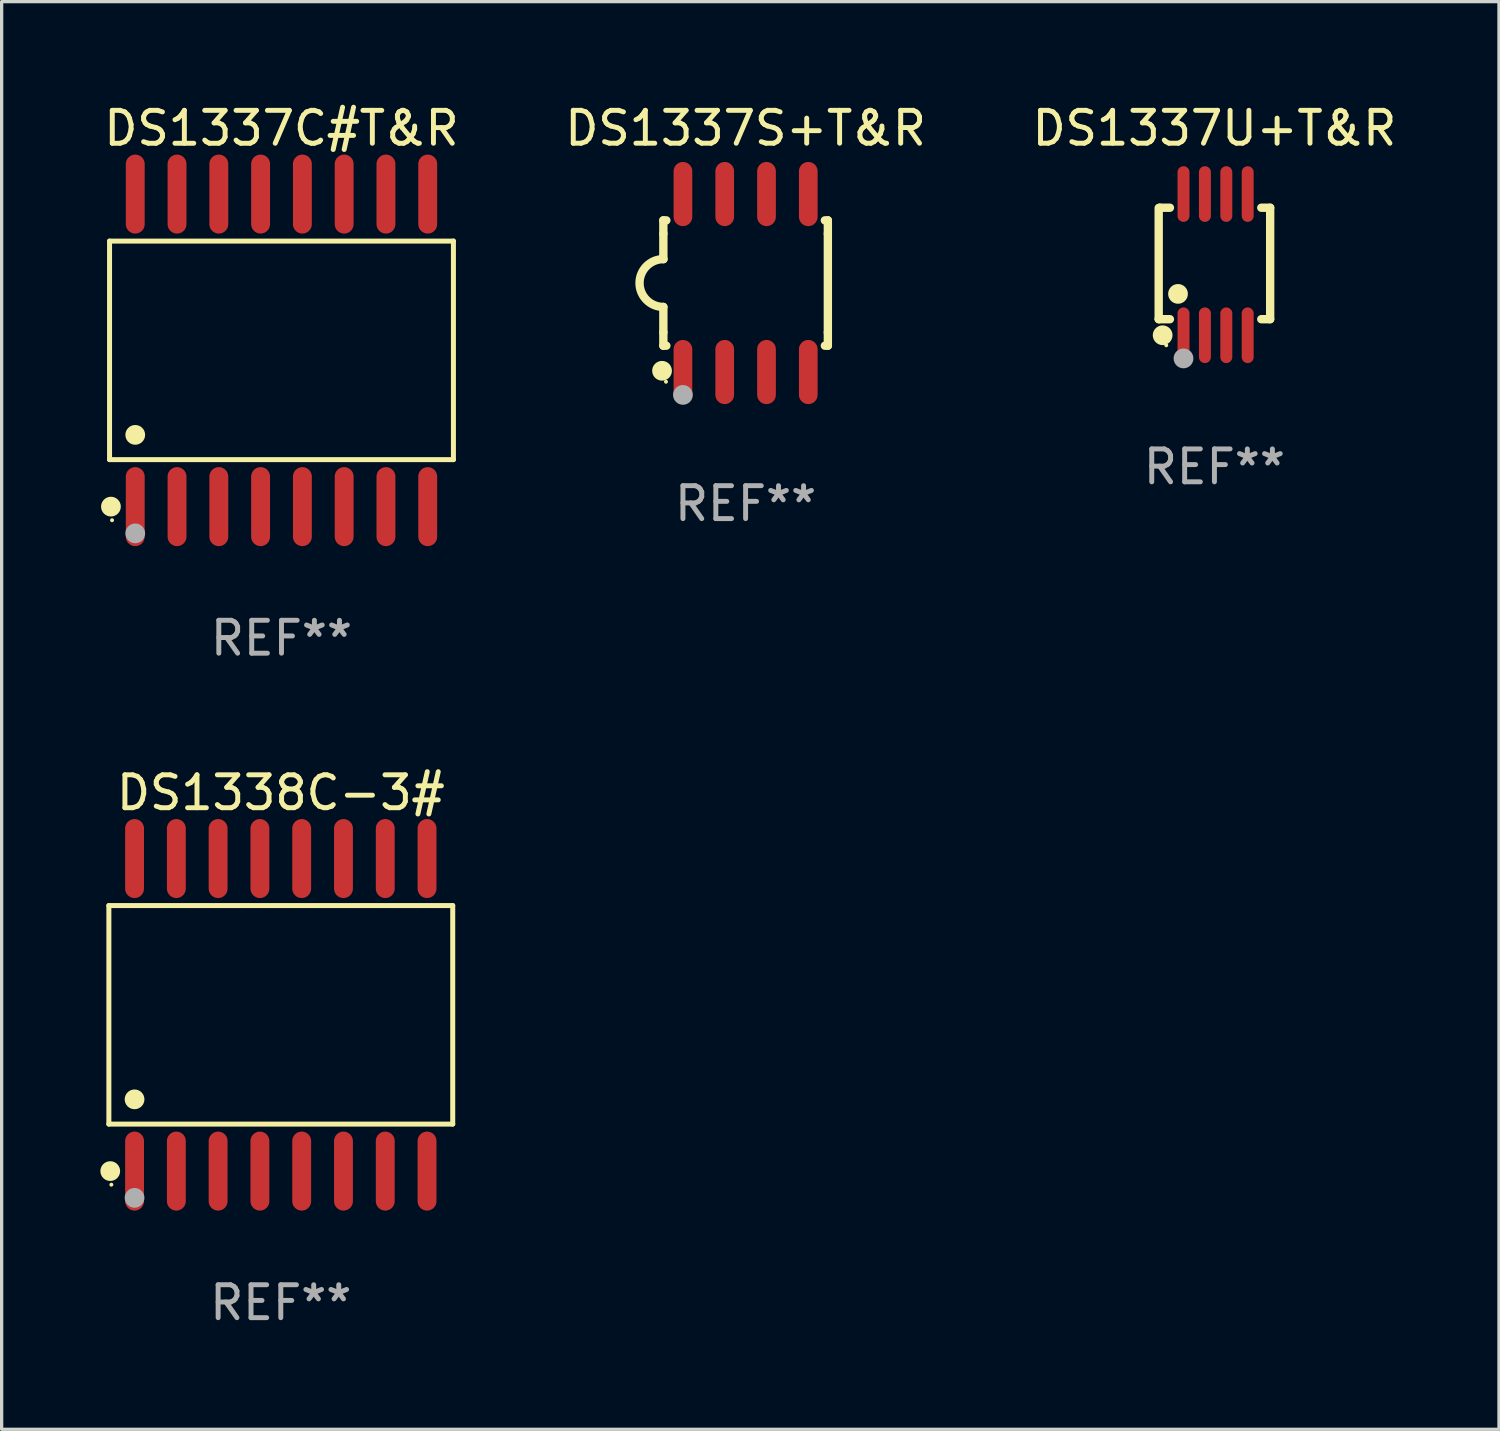
<source format=kicad_pcb>
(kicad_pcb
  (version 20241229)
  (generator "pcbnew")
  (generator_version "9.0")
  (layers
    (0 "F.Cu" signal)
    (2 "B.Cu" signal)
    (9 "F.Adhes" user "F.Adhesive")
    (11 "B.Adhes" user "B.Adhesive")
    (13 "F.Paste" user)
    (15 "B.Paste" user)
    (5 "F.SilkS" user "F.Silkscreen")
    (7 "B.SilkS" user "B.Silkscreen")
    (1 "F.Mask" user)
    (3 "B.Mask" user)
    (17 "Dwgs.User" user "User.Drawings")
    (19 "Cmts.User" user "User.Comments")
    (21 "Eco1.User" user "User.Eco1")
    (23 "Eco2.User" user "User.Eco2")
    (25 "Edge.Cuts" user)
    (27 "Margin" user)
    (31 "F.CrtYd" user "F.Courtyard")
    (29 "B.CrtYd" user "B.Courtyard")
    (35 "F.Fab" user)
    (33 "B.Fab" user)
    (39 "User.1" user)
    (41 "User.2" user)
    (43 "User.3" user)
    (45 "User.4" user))
  (footprint "DS1338C-3#"
    (layer "F.Cu")
    (at 5.485 27.796)
    (property "Reference" "DS1338C-3#" (at 0 -6.75 0) (layer "F.SilkS") (effects (font (size 1 1) (thickness 0.15))))
    (attr through_hole)
    (fp_line (start -5.226 -3.321) (end 5.226 -3.321) (stroke (width 0.152) (type solid)) (layer "F.SilkS"))
    (fp_line (start -5.226 3.321) (end -5.226 -3.321) (stroke (width 0.152) (type solid)) (layer "F.SilkS"))
    (fp_line (start 5.226 -3.321) (end 5.226 3.321) (stroke (width 0.152) (type solid)) (layer "F.SilkS"))
    (fp_line (start 5.226 3.321) (end -5.226 3.321) (stroke (width 0.152) (type solid)) (layer "F.SilkS"))
    (fp_circle (center -5.184 4.75) (end -5.034 4.75) (stroke (width 0.3) (type solid)) (fill no) (layer "F.SilkS"))
    (fp_circle (center -5.15 5.163) (end -5.12 5.163) (stroke (width 0.06) (type solid)) (fill no) (layer "F.SilkS"))
    (fp_circle (center -4.445 2.569) (end -4.295 2.569) (stroke (width 0.3) (type solid)) (fill no) (layer "F.SilkS"))
    (fp_circle (center -4.445 5.563) (end -4.295 5.563) (stroke (width 0.3) (type solid)) (fill no) (layer "F.Fab"))
    (fp_text user "REF**" (at 0 8.75 0) (layer "F.Fab") (effects (font (size 1 1) (thickness 0.15))))
    (pad "1" smd oval (at -4.445 4.75) (size 0.574 2.401) (layers "F.Cu" "F.Mask" "F.Paste"))
    (pad "2" smd oval (at -3.175 4.75) (size 0.574 2.401) (layers "F.Cu" "F.Mask" "F.Paste"))
    (pad "3" smd oval (at -1.905 4.75) (size 0.574 2.401) (layers "F.Cu" "F.Mask" "F.Paste"))
    (pad "4" smd oval (at -0.635 4.75) (size 0.574 2.401) (layers "F.Cu" "F.Mask" "F.Paste"))
    (pad "5" smd oval (at 0.635 4.75) (size 0.574 2.401) (layers "F.Cu" "F.Mask" "F.Paste"))
    (pad "6" smd oval (at 1.905 4.75) (size 0.574 2.401) (layers "F.Cu" "F.Mask" "F.Paste"))
    (pad "7" smd oval (at 3.175 4.75) (size 0.574 2.401) (layers "F.Cu" "F.Mask" "F.Paste"))
    (pad "8" smd oval (at 4.445 4.75) (size 0.574 2.401) (layers "F.Cu" "F.Mask" "F.Paste"))
    (pad "9" smd oval (at 4.445 -4.75) (size 0.574 2.401) (layers "F.Cu" "F.Mask" "F.Paste"))
    (pad "10" smd oval (at 3.175 -4.75) (size 0.574 2.401) (layers "F.Cu" "F.Mask" "F.Paste"))
    (pad "11" smd oval (at 1.905 -4.75) (size 0.574 2.401) (layers "F.Cu" "F.Mask" "F.Paste"))
    (pad "12" smd oval (at 0.635 -4.75) (size 0.574 2.401) (layers "F.Cu" "F.Mask" "F.Paste"))
    (pad "13" smd oval (at -0.635 -4.75) (size 0.574 2.401) (layers "F.Cu" "F.Mask" "F.Paste"))
    (pad "14" smd oval (at -1.905 -4.75) (size 0.574 2.401) (layers "F.Cu" "F.Mask" "F.Paste"))
    (pad "15" smd oval (at -3.175 -4.75) (size 0.574 2.401) (layers "F.Cu" "F.Mask" "F.Paste"))
    (pad "16" smd oval (at -4.445 -4.75) (size 0.574 2.401) (layers "F.Cu" "F.Mask" "F.Paste")))
  (footprint "DS1337C#T&R"
    (layer "F.Cu")
    (at 5.506 7.599)
    (property "Reference" "DS1337C#T&R" (at 0 -6.75 0) (layer "F.SilkS") (effects (font (size 1 1) (thickness 0.15))))
    (attr through_hole)
    (fp_line (start -5.226 -3.321) (end 5.226 -3.321) (stroke (width 0.152) (type solid)) (layer "F.SilkS"))
    (fp_line (start -5.226 3.321) (end -5.226 -3.321) (stroke (width 0.152) (type solid)) (layer "F.SilkS"))
    (fp_line (start 5.226 -3.321) (end 5.226 3.321) (stroke (width 0.152) (type solid)) (layer "F.SilkS"))
    (fp_line (start 5.226 3.321) (end -5.226 3.321) (stroke (width 0.152) (type solid)) (layer "F.SilkS"))
    (fp_circle (center -5.184 4.75) (end -5.034 4.75) (stroke (width 0.3) (type solid)) (fill no) (layer "F.SilkS"))
    (fp_circle (center -5.15 5.163) (end -5.12 5.163) (stroke (width 0.06) (type solid)) (fill no) (layer "F.SilkS"))
    (fp_circle (center -4.445 2.569) (end -4.295 2.569) (stroke (width 0.3) (type solid)) (fill no) (layer "F.SilkS"))
    (fp_circle (center -4.445 5.563) (end -4.295 5.563) (stroke (width 0.3) (type solid)) (fill no) (layer "F.Fab"))
    (fp_text user "REF**" (at 0 8.75 0) (layer "F.Fab") (effects (font (size 1 1) (thickness 0.15))))
    (pad "1" smd oval (at -4.445 4.75) (size 0.574 2.401) (layers "F.Cu" "F.Mask" "F.Paste"))
    (pad "2" smd oval (at -3.175 4.75) (size 0.574 2.401) (layers "F.Cu" "F.Mask" "F.Paste"))
    (pad "3" smd oval (at -1.905 4.75) (size 0.574 2.401) (layers "F.Cu" "F.Mask" "F.Paste"))
    (pad "4" smd oval (at -0.635 4.75) (size 0.574 2.401) (layers "F.Cu" "F.Mask" "F.Paste"))
    (pad "5" smd oval (at 0.635 4.75) (size 0.574 2.401) (layers "F.Cu" "F.Mask" "F.Paste"))
    (pad "6" smd oval (at 1.905 4.75) (size 0.574 2.401) (layers "F.Cu" "F.Mask" "F.Paste"))
    (pad "7" smd oval (at 3.175 4.75) (size 0.574 2.401) (layers "F.Cu" "F.Mask" "F.Paste"))
    (pad "8" smd oval (at 4.445 4.75) (size 0.574 2.401) (layers "F.Cu" "F.Mask" "F.Paste"))
    (pad "9" smd oval (at 4.445 -4.75) (size 0.574 2.401) (layers "F.Cu" "F.Mask" "F.Paste"))
    (pad "10" smd oval (at 3.175 -4.75) (size 0.574 2.401) (layers "F.Cu" "F.Mask" "F.Paste"))
    (pad "11" smd oval (at 1.905 -4.75) (size 0.574 2.401) (layers "F.Cu" "F.Mask" "F.Paste"))
    (pad "12" smd oval (at 0.635 -4.75) (size 0.574 2.401) (layers "F.Cu" "F.Mask" "F.Paste"))
    (pad "13" smd oval (at -0.635 -4.75) (size 0.574 2.401) (layers "F.Cu" "F.Mask" "F.Paste"))
    (pad "14" smd oval (at -1.905 -4.75) (size 0.574 2.401) (layers "F.Cu" "F.Mask" "F.Paste"))
    (pad "15" smd oval (at -3.175 -4.75) (size 0.574 2.401) (layers "F.Cu" "F.Mask" "F.Paste"))
    (pad "16" smd oval (at -4.445 -4.75) (size 0.574 2.401) (layers "F.Cu" "F.Mask" "F.Paste")))
  (footprint "DS1337U+T&R"
    (layer "F.Cu")
    (at 33.863 4.994)
    (property "Reference" "DS1337U+T&R" (at 0 -4.146 0) (layer "F.SilkS") (effects (font (size 1 1) (thickness 0.15))))
    (attr through_hole)
    (fp_line (start -1.694 -1.724) (end -1.694 1.652) (stroke (width 0.254) (type solid)) (layer "F.SilkS"))
    (fp_line (start -1.694 1.652) (end -1.688 1.658) (stroke (width 0.254) (type solid)) (layer "F.SilkS"))
    (fp_line (start -1.688 1.658) (end -1.353 1.658) (stroke (width 0.254) (type solid)) (layer "F.SilkS"))
    (fp_line (start -1.661 -1.73) (end -1.681 -1.71) (stroke (width 0.254) (type solid)) (layer "F.SilkS"))
    (fp_line (start -1.353 -1.73) (end -1.661 -1.73) (stroke (width 0.254) (type solid)) (layer "F.SilkS"))
    (fp_line (start 1.424 1.658) (end 1.694 1.658) (stroke (width 0.254) (type solid)) (layer "F.SilkS"))
    (fp_line (start 1.694 -1.73) (end 1.424 -1.73) (stroke (width 0.254) (type solid)) (layer "F.SilkS"))
    (fp_line (start 1.694 1.658) (end 1.694 -1.73) (stroke (width 0.254) (type solid)) (layer "F.SilkS"))
    (fp_circle (center -1.574 2.146) (end -1.424 2.146) (stroke (width 0.3) (type solid)) (fill no) (layer "F.SilkS"))
    (fp_circle (center -1.464 2.45) (end -1.434 2.45) (stroke (width 0.06) (type solid)) (fill no) (layer "F.SilkS"))
    (fp_circle (center -1.107 0.889) (end -0.957 0.889) (stroke (width 0.3) (type solid)) (fill no) (layer "F.SilkS"))
    (fp_circle (center -0.94 2.85) (end -0.789 2.85) (stroke (width 0.3) (type solid)) (fill no) (layer "F.Fab"))
    (fp_text user "REF**" (at 0 6.146 0) (layer "F.Fab") (effects (font (size 1 1) (thickness 0.15))))
    (pad "1" smd oval (at -0.94 2.146) (size 0.364 1.692) (layers "F.Cu" "F.Mask" "F.Paste"))
    (pad "2" smd oval (at -0.289 2.146) (size 0.364 1.692) (layers "F.Cu" "F.Mask" "F.Paste"))
    (pad "3" smd oval (at 0.361 2.146) (size 0.364 1.692) (layers "F.Cu" "F.Mask" "F.Paste"))
    (pad "4" smd oval (at 1.011 2.146) (size 0.364 1.692) (layers "F.Cu" "F.Mask" "F.Paste"))
    (pad "5" smd oval (at 1.011 -2.146) (size 0.364 1.692) (layers "F.Cu" "F.Mask" "F.Paste"))
    (pad "6" smd oval (at 0.361 -2.146) (size 0.364 1.692) (layers "F.Cu" "F.Mask" "F.Paste"))
    (pad "7" smd oval (at -0.289 -2.146) (size 0.364 1.692) (layers "F.Cu" "F.Mask" "F.Paste"))
    (pad "8" smd oval (at -0.94 -2.146) (size 0.364 1.692) (layers "F.Cu" "F.Mask" "F.Paste")))
  (footprint "DS1337S+T&R"
    (layer "F.Cu")
    (at 19.613 5.553)
    (property "Reference" "DS1337S+T&R" (at 0 -4.705 0) (layer "F.SilkS") (effects (font (size 1 1) (thickness 0.15))))
    (attr through_hole)
    (fp_line (start -2.5 -1.905) (end -2.409 -1.905) (stroke (width 0.254) (type solid)) (layer "F.SilkS"))
    (fp_line (start -2.5 -1.5) (end -2.5 -1.905) (stroke (width 0.254) (type solid)) (layer "F.SilkS"))
    (fp_line (start -2.5 -1.5) (end -2.5 -0.726) (stroke (width 0.254) (type solid)) (layer "F.SilkS"))
    (fp_line (start -2.5 1.5) (end -2.5 0.727) (stroke (width 0.254) (type solid)) (layer "F.SilkS"))
    (fp_line (start -2.5 1.5) (end -2.5 1.905) (stroke (width 0.254) (type solid)) (layer "F.SilkS"))
    (fp_line (start -2.5 1.905) (end -2.409 1.905) (stroke (width 0.254) (type solid)) (layer "F.SilkS"))
    (fp_line (start 2.5 -1.905) (end 2.409 -1.905) (stroke (width 0.254) (type solid)) (layer "F.SilkS"))
    (fp_line (start 2.5 -1.5) (end 2.5 -1.905) (stroke (width 0.254) (type solid)) (layer "F.SilkS"))
    (fp_line (start 2.5 -1.5) (end 2.5 1.5) (stroke (width 0.254) (type solid)) (layer "F.SilkS"))
    (fp_line (start 2.5 1.5) (end 2.5 1.905) (stroke (width 0.254) (type solid)) (layer "F.SilkS"))
    (fp_line (start 2.5 1.905) (end 2.409 1.905) (stroke (width 0.254) (type solid)) (layer "F.SilkS"))
    (fp_arc (start -2.5 0.726568) (mid -3.220316 -0.0023) (end -2.495097 -0.726289) (stroke (width 0.254001) (type solid)) (layer "F.SilkS"))
    (fp_circle (center -2.54 2.667) (end -2.39 2.667) (stroke (width 0.3) (type solid)) (fill no) (layer "F.SilkS"))
    (fp_circle (center -2.42 3) (end -2.39 3) (stroke (width 0.06) (type solid)) (fill no) (layer "F.SilkS"))
    (fp_circle (center -1.905 3.4) (end -1.755 3.4) (stroke (width 0.3) (type solid)) (fill no) (layer "F.Fab"))
    (fp_text user "REF**" (at 0 6.705 0) (layer "F.Fab") (effects (font (size 1 1) (thickness 0.15))))
    (pad "1" smd oval (at -1.905 2.705) (size 0.568 1.95) (layers "F.Cu" "F.Mask" "F.Paste"))
    (pad "2" smd oval (at -0.635 2.705) (size 0.568 1.95) (layers "F.Cu" "F.Mask" "F.Paste"))
    (pad "3" smd oval (at 0.635 2.705) (size 0.568 1.95) (layers "F.Cu" "F.Mask" "F.Paste"))
    (pad "4" smd oval (at 1.905 2.705) (size 0.568 1.95) (layers "F.Cu" "F.Mask" "F.Paste"))
    (pad "5" smd oval (at 1.905 -2.705) (size 0.568 1.95) (layers "F.Cu" "F.Mask" "F.Paste"))
    (pad "6" smd oval (at 0.635 -2.705) (size 0.568 1.95) (layers "F.Cu" "F.Mask" "F.Paste"))
    (pad "7" smd oval (at -0.635 -2.705) (size 0.568 1.95) (layers "F.Cu" "F.Mask" "F.Paste"))
    (pad "8" smd oval (at -1.905 -2.705) (size 0.568 1.95) (layers "F.Cu" "F.Mask" "F.Paste")))
  (gr_rect
    (start -3 -3)
    (end 42.512 40.394)
    (stroke (width 0.1) (type default))
    (fill no)
    (layer "Edge.Cuts")))
</source>
